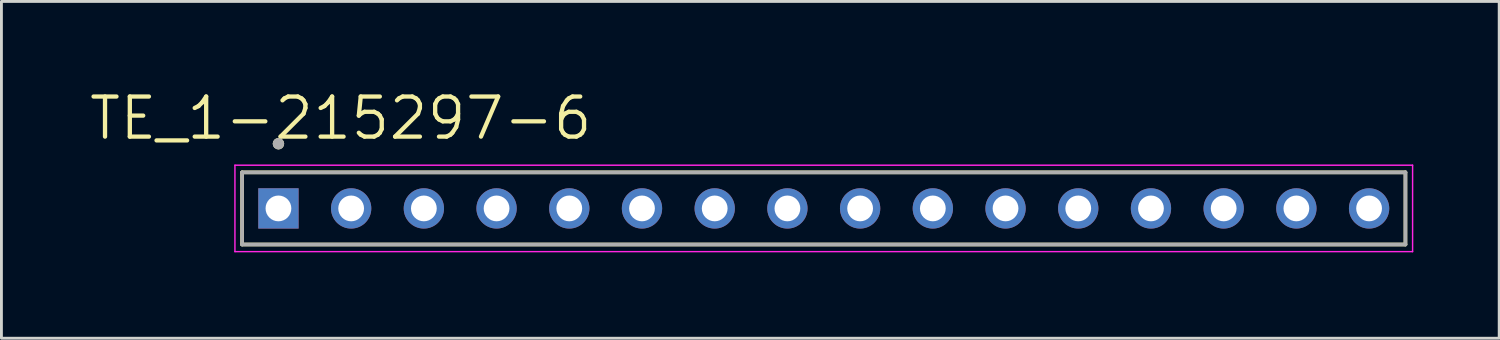
<source format=kicad_pcb>
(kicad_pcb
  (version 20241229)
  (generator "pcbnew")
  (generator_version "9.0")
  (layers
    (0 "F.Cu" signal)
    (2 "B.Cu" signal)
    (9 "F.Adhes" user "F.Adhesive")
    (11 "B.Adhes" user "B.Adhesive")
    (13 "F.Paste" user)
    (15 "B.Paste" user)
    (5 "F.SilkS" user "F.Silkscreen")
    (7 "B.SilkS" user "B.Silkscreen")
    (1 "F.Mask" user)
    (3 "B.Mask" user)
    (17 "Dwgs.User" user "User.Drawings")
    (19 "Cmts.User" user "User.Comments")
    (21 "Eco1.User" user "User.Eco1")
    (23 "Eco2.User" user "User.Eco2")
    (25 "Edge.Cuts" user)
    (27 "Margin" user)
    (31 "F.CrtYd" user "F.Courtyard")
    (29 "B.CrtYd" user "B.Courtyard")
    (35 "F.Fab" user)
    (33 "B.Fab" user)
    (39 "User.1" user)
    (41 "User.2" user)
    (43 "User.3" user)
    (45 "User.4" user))
  (footprint "TE_1-215297-6"
    (layer "F.Cu")
    (at 25.727 4.231)
    (property "Reference" "TE_1-215297-6" (at -16.875 -3.149 0) (layer "F.SilkS") (effects (font (size 1.4 1.4) (thickness 0.15))))
    (attr through_hole)
    (fp_line (start -20.32 -1.26) (end 20.32 -1.26) (stroke (width 0.127) (type solid)) (layer "F.SilkS"))
    (fp_line (start -20.32 1.26) (end -20.32 -1.26) (stroke (width 0.127) (type solid)) (layer "F.SilkS"))
    (fp_line (start 20.32 -1.26) (end 20.32 1.26) (stroke (width 0.127) (type solid)) (layer "F.SilkS"))
    (fp_line (start 20.32 1.26) (end -20.32 1.26) (stroke (width 0.127) (type solid)) (layer "F.SilkS"))
    (fp_circle (center -19.05 -2.26) (end -18.95 -2.26) (stroke (width 0.2) (type solid)) (fill no) (layer "F.SilkS"))
    (fp_line (start -20.57 -1.51) (end 20.57 -1.51) (stroke (width 0.05) (type solid)) (layer "F.CrtYd"))
    (fp_line (start -20.57 1.51) (end -20.57 -1.51) (stroke (width 0.05) (type solid)) (layer "F.CrtYd"))
    (fp_line (start 20.57 -1.51) (end 20.57 1.51) (stroke (width 0.05) (type solid)) (layer "F.CrtYd"))
    (fp_line (start 20.57 1.51) (end -20.57 1.51) (stroke (width 0.05) (type solid)) (layer "F.CrtYd"))
    (fp_line (start -20.32 -1.26) (end 20.32 -1.26) (stroke (width 0.127) (type solid)) (layer "F.Fab"))
    (fp_line (start -20.32 1.26) (end -20.32 -1.26) (stroke (width 0.127) (type solid)) (layer "F.Fab"))
    (fp_line (start 20.32 -1.26) (end 20.32 1.26) (stroke (width 0.127) (type solid)) (layer "F.Fab"))
    (fp_line (start 20.32 1.26) (end -20.32 1.26) (stroke (width 0.127) (type solid)) (layer "F.Fab"))
    (fp_circle (center -19.05 -2.26) (end -18.95 -2.26) (stroke (width 0.2) (type solid)) (fill no) (layer "F.Fab"))
    (pad "1" thru_hole rect (at -19.05 0) (size 1.408 1.408) (drill 0.9) (layers "*.Cu" "*.Mask"))
    (pad "2" thru_hole circle (at -16.51 0) (size 1.408 1.408) (drill 0.9) (layers "*.Cu" "*.Mask"))
    (pad "3" thru_hole circle (at -13.97 0) (size 1.408 1.408) (drill 0.9) (layers "*.Cu" "*.Mask"))
    (pad "4" thru_hole circle (at -11.43 0) (size 1.408 1.408) (drill 0.9) (layers "*.Cu" "*.Mask"))
    (pad "5" thru_hole circle (at -8.89 0) (size 1.408 1.408) (drill 0.9) (layers "*.Cu" "*.Mask"))
    (pad "6" thru_hole circle (at -6.35 0) (size 1.408 1.408) (drill 0.9) (layers "*.Cu" "*.Mask"))
    (pad "7" thru_hole circle (at -3.81 0) (size 1.408 1.408) (drill 0.9) (layers "*.Cu" "*.Mask"))
    (pad "8" thru_hole circle (at -1.27 0) (size 1.408 1.408) (drill 0.9) (layers "*.Cu" "*.Mask"))
    (pad "9" thru_hole circle (at 1.27 0) (size 1.408 1.408) (drill 0.9) (layers "*.Cu" "*.Mask"))
    (pad "10" thru_hole circle (at 3.81 0) (size 1.408 1.408) (drill 0.9) (layers "*.Cu" "*.Mask"))
    (pad "11" thru_hole circle (at 6.35 0) (size 1.408 1.408) (drill 0.9) (layers "*.Cu" "*.Mask"))
    (pad "12" thru_hole circle (at 8.89 0) (size 1.408 1.408) (drill 0.9) (layers "*.Cu" "*.Mask"))
    (pad "13" thru_hole circle (at 11.43 0) (size 1.408 1.408) (drill 0.9) (layers "*.Cu" "*.Mask"))
    (pad "14" thru_hole circle (at 13.97 0) (size 1.408 1.408) (drill 0.9) (layers "*.Cu" "*.Mask"))
    (pad "15" thru_hole circle (at 16.51 0) (size 1.408 1.408) (drill 0.9) (layers "*.Cu" "*.Mask"))
    (pad "16" thru_hole circle (at 19.05 0) (size 1.408 1.408) (drill 0.9) (layers "*.Cu" "*.Mask")))
  (gr_rect
    (start -3 -3)
    (end 49.322 8.766)
    (stroke (width 0.1) (type default))
    (fill no)
    (layer "Edge.Cuts")))
</source>
